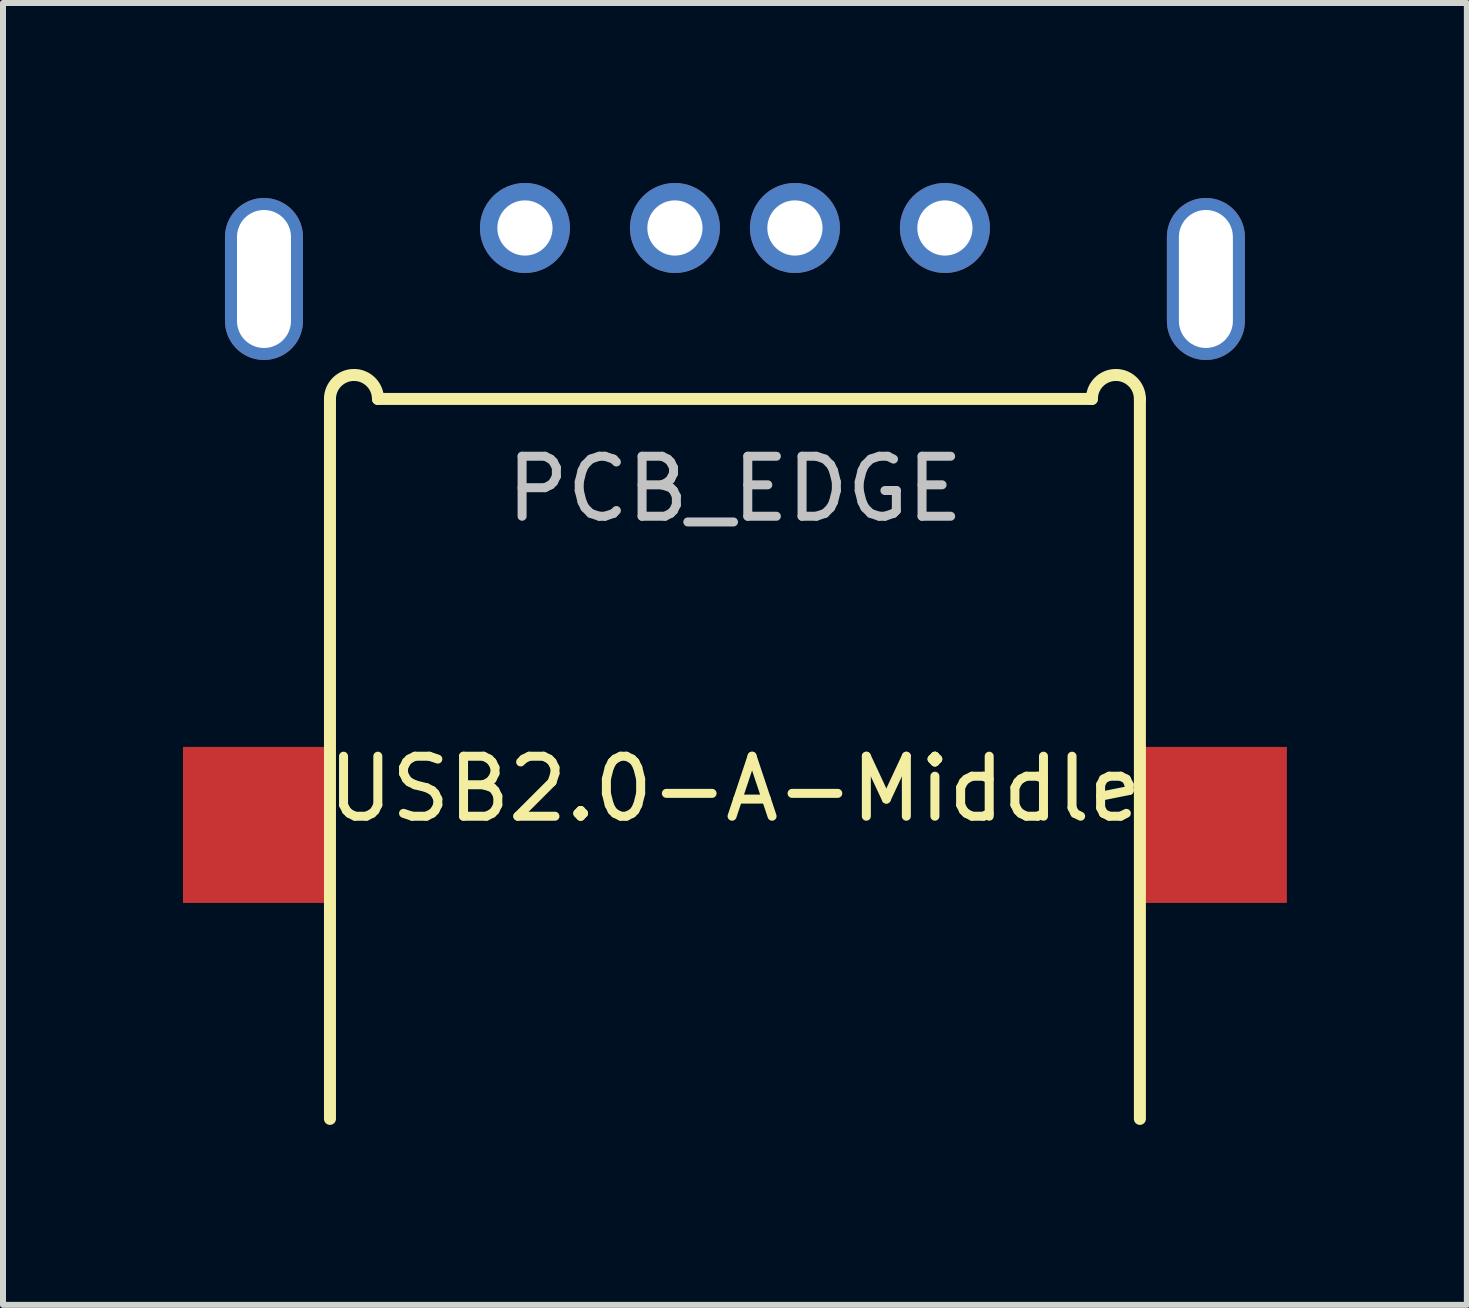
<source format=kicad_pcb>
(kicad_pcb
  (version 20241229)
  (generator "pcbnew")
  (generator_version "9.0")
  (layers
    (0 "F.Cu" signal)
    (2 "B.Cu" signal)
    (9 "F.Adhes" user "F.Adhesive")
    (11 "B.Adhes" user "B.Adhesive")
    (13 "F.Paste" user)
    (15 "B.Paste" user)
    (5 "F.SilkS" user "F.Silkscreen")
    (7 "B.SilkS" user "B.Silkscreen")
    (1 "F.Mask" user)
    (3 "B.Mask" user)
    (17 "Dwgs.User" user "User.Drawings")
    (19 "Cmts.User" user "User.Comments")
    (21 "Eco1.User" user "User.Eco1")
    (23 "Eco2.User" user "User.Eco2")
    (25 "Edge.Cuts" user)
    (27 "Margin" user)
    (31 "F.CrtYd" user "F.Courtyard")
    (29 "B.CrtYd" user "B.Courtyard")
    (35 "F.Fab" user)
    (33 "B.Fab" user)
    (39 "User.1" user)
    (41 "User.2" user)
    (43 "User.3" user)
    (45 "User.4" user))
  (footprint "USB2.0-A-Middle"
    (layer "F.Cu")
    (at 9.2 1.6)
    (property "Reference" "USB2.0-A-Middle" (at 0 8.5 0) (layer "F.SilkS") (effects (font (size 1 1) (thickness 0.15))))
    (attr through_hole)
    (fp_line (start -6.75 14) (end -6.75 2) (stroke (width 0.2) (type solid)) (layer "F.SilkS"))
    (fp_line (start -5.95 2) (end 5.95 2) (stroke (width 0.2) (type solid)) (layer "F.SilkS"))
    (fp_line (start 6.75 14) (end 6.75 2) (stroke (width 0.2) (type solid)) (layer "F.SilkS"))
    (fp_arc (start -6.75 2) (mid -6.35 1.6) (end -5.95 2) (stroke (width 0.2) (type solid)) (layer "F.SilkS"))
    (fp_arc (start 5.95 2) (mid 6.35 1.6) (end 6.75 2) (stroke (width 0.2) (type solid)) (layer "F.SilkS"))
    (fp_text user "PCB_EDGE" (at 0 3.5 0) (layer "Dwgs.User") (effects (font (size 1 1) (thickness 0.15))))
    (pad "1" thru_hole circle (at -3.5 -0.85) (size 1.5 1.5) (drill 0.92) (layers "*.Cu" "*.Mask"))
    (pad "2" thru_hole circle (at -1 -0.85) (size 1.5 1.5) (drill 0.92) (layers "*.Cu" "*.Mask"))
    (pad "3" thru_hole circle (at 1 -0.85) (size 1.5 1.5) (drill 0.92) (layers "*.Cu" "*.Mask"))
    (pad "4" thru_hole circle (at 3.5 -0.85) (size 1.5 1.5) (drill 0.92) (layers "*.Cu" "*.Mask"))
    (pad "5" smd rect (at -8 9.1) (size 2.4 2.6) (layers "F.Cu" "F.Mask" "F.Paste"))
    (pad "5" thru_hole oval (at -7.85 0) (size 1.3 2.7) (drill oval 0.9 2.3) (layers "*.Cu" "*.Mask"))
    (pad "5" thru_hole oval (at 7.85 0) (size 1.3 2.7) (drill oval 0.9 2.3) (layers "*.Cu" "*.Mask"))
    (pad "5" smd rect (at 8 9.1) (size 2.4 2.6) (layers "F.Cu" "F.Mask" "F.Paste")))
  (gr_rect
    (start -3 -3)
    (end 21.4 18.7)
    (stroke (width 0.1) (type default))
    (fill no)
    (layer "Edge.Cuts")))
</source>
